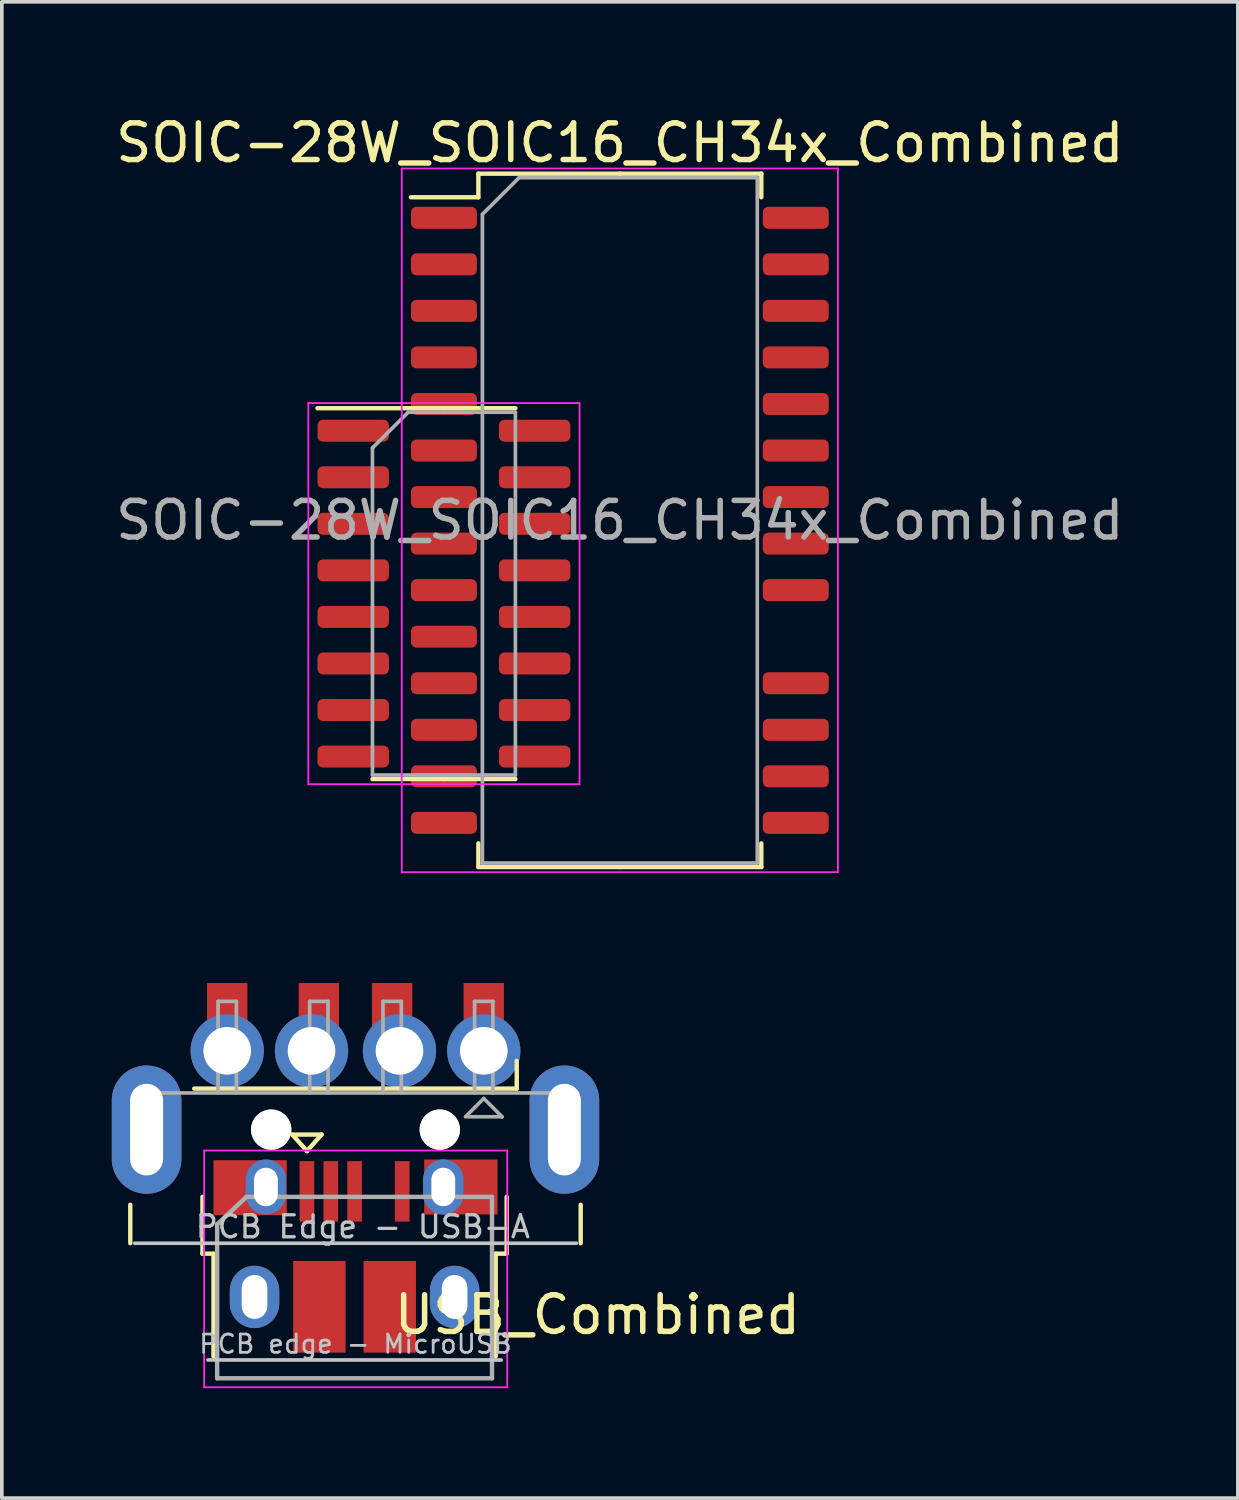
<source format=kicad_pcb>
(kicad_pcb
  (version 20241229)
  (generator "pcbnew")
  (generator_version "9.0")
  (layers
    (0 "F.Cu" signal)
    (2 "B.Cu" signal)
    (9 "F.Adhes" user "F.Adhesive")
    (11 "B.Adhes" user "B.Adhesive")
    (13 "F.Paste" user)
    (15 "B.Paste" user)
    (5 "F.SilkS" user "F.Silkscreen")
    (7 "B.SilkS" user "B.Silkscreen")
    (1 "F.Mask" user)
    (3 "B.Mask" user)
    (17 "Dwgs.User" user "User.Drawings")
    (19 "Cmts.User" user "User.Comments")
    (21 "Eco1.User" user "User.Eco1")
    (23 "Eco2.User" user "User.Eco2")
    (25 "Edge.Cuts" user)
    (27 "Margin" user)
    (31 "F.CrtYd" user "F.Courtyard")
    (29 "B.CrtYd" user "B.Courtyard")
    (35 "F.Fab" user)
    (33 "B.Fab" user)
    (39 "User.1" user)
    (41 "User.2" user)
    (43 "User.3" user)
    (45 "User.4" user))
  (footprint "SOIC-28W_SOIC16_CH34x_Combined"
    (layer "F.Cu")
    (at 13.863 11.148)
    (property "Reference" "SOIC-28W_SOIC16_CH34x_Combined" (at 0 -10.3 0) (layer "F.SilkS") (effects (font (size 1 1) (thickness 0.15))))
    (attr smd)
    (fp_line (start -4.8 -3.06) (end -8.25 -3.06) (stroke (width 0.12) (type solid)) (layer "F.SilkS"))
    (fp_line (start -4.8 -3.06) (end -2.85 -3.06) (stroke (width 0.12) (type solid)) (layer "F.SilkS"))
    (fp_line (start -4.8 7.06) (end -6.75 7.06) (stroke (width 0.12) (type solid)) (layer "F.SilkS"))
    (fp_line (start -4.8 7.06) (end -2.85 7.06) (stroke (width 0.12) (type solid)) (layer "F.SilkS"))
    (fp_line (start -3.86 -9.46) (end -3.86 -8.815) (stroke (width 0.12) (type solid)) (layer "F.SilkS"))
    (fp_line (start -3.86 -8.815) (end -5.7 -8.815) (stroke (width 0.12) (type solid)) (layer "F.SilkS"))
    (fp_line (start -3.86 9.46) (end -3.86 8.815) (stroke (width 0.12) (type solid)) (layer "F.SilkS"))
    (fp_line (start 0 -9.46) (end -3.86 -9.46) (stroke (width 0.12) (type solid)) (layer "F.SilkS"))
    (fp_line (start 0 -9.46) (end 3.86 -9.46) (stroke (width 0.12) (type solid)) (layer "F.SilkS"))
    (fp_line (start 0 9.46) (end -3.86 9.46) (stroke (width 0.12) (type solid)) (layer "F.SilkS"))
    (fp_line (start 0 9.46) (end 3.86 9.46) (stroke (width 0.12) (type solid)) (layer "F.SilkS"))
    (fp_line (start 3.86 -9.46) (end 3.86 -8.815) (stroke (width 0.12) (type solid)) (layer "F.SilkS"))
    (fp_line (start 3.86 9.46) (end 3.86 8.815) (stroke (width 0.12) (type solid)) (layer "F.SilkS"))
    (fp_line (start -8.5 -3.2) (end -8.5 7.2) (stroke (width 0.05) (type solid)) (layer "F.CrtYd"))
    (fp_line (start -8.5 7.2) (end -1.1 7.2) (stroke (width 0.05) (type solid)) (layer "F.CrtYd"))
    (fp_line (start -5.95 -9.6) (end -5.95 9.6) (stroke (width 0.05) (type solid)) (layer "F.CrtYd"))
    (fp_line (start -5.95 9.6) (end 5.95 9.6) (stroke (width 0.05) (type solid)) (layer "F.CrtYd"))
    (fp_line (start -1.1 -3.2) (end -8.5 -3.2) (stroke (width 0.05) (type solid)) (layer "F.CrtYd"))
    (fp_line (start -1.1 7.2) (end -1.1 -3.2) (stroke (width 0.05) (type solid)) (layer "F.CrtYd"))
    (fp_line (start 5.95 -9.6) (end -5.95 -9.6) (stroke (width 0.05) (type solid)) (layer "F.CrtYd"))
    (fp_line (start 5.95 9.6) (end 5.95 -9.6) (stroke (width 0.05) (type solid)) (layer "F.CrtYd"))
    (fp_line (start -6.75 -1.975) (end -5.775 -2.95) (stroke (width 0.1) (type solid)) (layer "F.Fab"))
    (fp_line (start -6.75 6.95) (end -6.75 -1.975) (stroke (width 0.1) (type solid)) (layer "F.Fab"))
    (fp_line (start -5.775 -2.95) (end -2.85 -2.95) (stroke (width 0.1) (type solid)) (layer "F.Fab"))
    (fp_line (start -3.75 -8.35) (end -2.75 -9.35) (stroke (width 0.1) (type solid)) (layer "F.Fab"))
    (fp_line (start -3.75 9.35) (end -3.75 -8.35) (stroke (width 0.1) (type solid)) (layer "F.Fab"))
    (fp_line (start -2.85 -2.95) (end -2.85 6.95) (stroke (width 0.1) (type solid)) (layer "F.Fab"))
    (fp_line (start -2.85 6.95) (end -6.75 6.95) (stroke (width 0.1) (type solid)) (layer "F.Fab"))
    (fp_line (start -2.75 -9.35) (end 3.75 -9.35) (stroke (width 0.1) (type solid)) (layer "F.Fab"))
    (fp_line (start 3.75 -9.35) (end 3.75 9.35) (stroke (width 0.1) (type solid)) (layer "F.Fab"))
    (fp_line (start 3.75 9.35) (end -3.75 9.35) (stroke (width 0.1) (type solid)) (layer "F.Fab"))
    (fp_text user "${REFERENCE}" (at 0 0 0) (layer "F.Fab") (effects (font (size 1 1) (thickness 0.15))))
    (pad "" smd roundrect (at -2.325 -1.175) (size 1.95 0.6) (layers "F.Cu" "F.Mask" "F.Paste") (roundrect_rratio 0.25))
    (pad "" smd roundrect (at -2.325 2.635) (size 1.95 0.6) (layers "F.Cu" "F.Mask" "F.Paste") (roundrect_rratio 0.25))
    (pad "" smd roundrect (at -2.325 3.905) (size 1.95 0.6) (layers "F.Cu" "F.Mask" "F.Paste") (roundrect_rratio 0.25))
    (pad "" smd roundrect (at -2.325 5.175) (size 1.95 0.6) (layers "F.Cu" "F.Mask" "F.Paste") (roundrect_rratio 0.25))
    (pad "" smd roundrect (at -2.325 6.445) (size 1.95 0.6) (layers "F.Cu" "F.Mask" "F.Paste") (roundrect_rratio 0.25))
    (pad "1" smd roundrect (at -4.8 -8.255) (size 1.8 0.6) (layers "F.Cu" "F.Mask" "F.Paste") (roundrect_rratio 0.25))
    (pad "2" smd roundrect (at -4.8 -6.985) (size 1.8 0.6) (layers "F.Cu" "F.Mask" "F.Paste") (roundrect_rratio 0.25))
    (pad "3" smd roundrect (at -4.8 -5.715) (size 1.8 0.6) (layers "F.Cu" "F.Mask" "F.Paste") (roundrect_rratio 0.25))
    (pad "4" smd roundrect (at -4.8 -4.445) (size 1.8 0.6) (layers "F.Cu" "F.Mask" "F.Paste") (roundrect_rratio 0.25))
    (pad "5" smd roundrect (at -7.275 -1.175) (size 1.95 0.6) (layers "F.Cu" "F.Mask" "F.Paste") (roundrect_rratio 0.25))
    (pad "5" smd roundrect (at -4.8 -3.175) (size 1.8 0.6) (layers "F.Cu" "F.Mask" "F.Paste") (roundrect_rratio 0.25))
    (pad "6" smd roundrect (at -7.275 0.095) (size 1.95 0.6) (layers "F.Cu" "F.Mask" "F.Paste") (roundrect_rratio 0.25))
    (pad "6" smd roundrect (at -4.8 -1.905) (size 1.8 0.6) (layers "F.Cu" "F.Mask" "F.Paste") (roundrect_rratio 0.25))
    (pad "7" smd roundrect (at -4.8 -0.635) (size 1.8 0.6) (layers "F.Cu" "F.Mask" "F.Paste") (roundrect_rratio 0.25))
    (pad "8" smd roundrect (at -4.8 0.635) (size 1.8 0.6) (layers "F.Cu" "F.Mask" "F.Paste") (roundrect_rratio 0.25))
    (pad "9" smd roundrect (at -7.275 1.365) (size 1.95 0.6) (layers "F.Cu" "F.Mask" "F.Paste") (roundrect_rratio 0.25))
    (pad "9" smd roundrect (at -4.8 1.905) (size 1.8 0.6) (layers "F.Cu" "F.Mask" "F.Paste") (roundrect_rratio 0.25))
    (pad "10" smd roundrect (at -7.275 2.635) (size 1.95 0.6) (layers "F.Cu" "F.Mask" "F.Paste") (roundrect_rratio 0.25))
    (pad "10" smd roundrect (at -4.8 3.175) (size 1.8 0.6) (layers "F.Cu" "F.Mask" "F.Paste") (roundrect_rratio 0.25))
    (pad "11" smd roundrect (at -7.275 3.905) (size 1.95 0.6) (layers "F.Cu" "F.Mask" "F.Paste") (roundrect_rratio 0.25))
    (pad "11" smd roundrect (at -4.8 4.445) (size 1.8 0.6) (layers "F.Cu" "F.Mask" "F.Paste") (roundrect_rratio 0.25))
    (pad "12" smd roundrect (at -7.275 -2.445) (size 1.95 0.6) (layers "F.Cu" "F.Mask" "F.Paste") (roundrect_rratio 0.25))
    (pad "12" smd roundrect (at -4.8 5.715) (size 1.8 0.6) (layers "F.Cu" "F.Mask" "F.Paste") (roundrect_rratio 0.25))
    (pad "13" smd roundrect (at -7.275 5.175) (size 1.95 0.6) (layers "F.Cu" "F.Mask" "F.Paste") (roundrect_rratio 0.25))
    (pad "13" smd roundrect (at -4.8 6.985) (size 1.8 0.6) (layers "F.Cu" "F.Mask" "F.Paste") (roundrect_rratio 0.25))
    (pad "14" smd roundrect (at -7.275 6.445) (size 1.95 0.6) (layers "F.Cu" "F.Mask" "F.Paste") (roundrect_rratio 0.25))
    (pad "14" smd roundrect (at -4.8 8.255) (size 1.8 0.6) (layers "F.Cu" "F.Mask" "F.Paste") (roundrect_rratio 0.25))
    (pad "15" smd roundrect (at 4.8 8.255) (size 1.8 0.6) (layers "F.Cu" "F.Mask" "F.Paste") (roundrect_rratio 0.25))
    (pad "16" smd roundrect (at 4.8 6.985) (size 1.8 0.6) (layers "F.Cu" "F.Mask" "F.Paste") (roundrect_rratio 0.25))
    (pad "17" smd roundrect (at 4.8 5.715) (size 1.8 0.6) (layers "F.Cu" "F.Mask" "F.Paste") (roundrect_rratio 0.25))
    (pad "18" smd roundrect (at 4.8 4.445) (size 1.8 0.6) (layers "F.Cu" "F.Mask" "F.Paste") (roundrect_rratio 0.25))
    (pad "20" smd roundrect (at -2.325 1.365) (size 1.95 0.6) (layers "F.Cu" "F.Mask" "F.Paste") (roundrect_rratio 0.25))
    (pad "20" smd roundrect (at 4.8 1.905) (size 1.8 0.6) (layers "F.Cu" "F.Mask" "F.Paste") (roundrect_rratio 0.25))
    (pad "21" smd roundrect (at -2.325 0.095) (size 1.95 0.6) (layers "F.Cu" "F.Mask" "F.Paste") (roundrect_rratio 0.25))
    (pad "21" smd roundrect (at 4.8 0.635) (size 1.8 0.6) (layers "F.Cu" "F.Mask" "F.Paste") (roundrect_rratio 0.25))
    (pad "22" smd roundrect (at 4.8 -0.635) (size 1.8 0.6) (layers "F.Cu" "F.Mask" "F.Paste") (roundrect_rratio 0.25))
    (pad "23" smd roundrect (at 4.8 -1.905) (size 1.8 0.6) (layers "F.Cu" "F.Mask" "F.Paste") (roundrect_rratio 0.25))
    (pad "24" smd roundrect (at 4.8 -3.175) (size 1.8 0.6) (layers "F.Cu" "F.Mask" "F.Paste") (roundrect_rratio 0.25))
    (pad "25" smd roundrect (at 4.8 -4.445) (size 1.8 0.6) (layers "F.Cu" "F.Mask" "F.Paste") (roundrect_rratio 0.25))
    (pad "26" smd roundrect (at 4.8 -5.715) (size 1.8 0.6) (layers "F.Cu" "F.Mask" "F.Paste") (roundrect_rratio 0.25))
    (pad "27" smd roundrect (at 4.8 -6.985) (size 1.8 0.6) (layers "F.Cu" "F.Mask" "F.Paste") (roundrect_rratio 0.25))
    (pad "28" smd roundrect (at -2.325 -2.445) (size 1.95 0.6) (layers "F.Cu" "F.Mask" "F.Paste") (roundrect_rratio 0.25))
    (pad "28" smd roundrect (at 4.8 -8.255) (size 1.8 0.6) (layers "F.Cu" "F.Mask" "F.Paste") (roundrect_rratio 0.25)))
  (footprint "USB_Combined"
    (layer "F.Cu")
    (at 6.65 31.223)
    (property "Reference" "USB_Combined" (at 6.6 1.6 180) (layer "F.SilkS") (effects (font (size 1 1) (thickness 0.15))))
    (attr smd)
    (fp_line (start -6.145 -1.4) (end -6.145 -0.35) (stroke (width 0.12) (type solid)) (layer "F.SilkS"))
    (fp_line (start -4.175 -0.065) (end -4.175 -1.615) (stroke (width 0.12) (type solid)) (layer "F.SilkS"))
    (fp_line (start -4.175 -0.065) (end -3.875 -0.065) (stroke (width 0.12) (type solid)) (layer "F.SilkS"))
    (fp_line (start -3.875 2.735) (end -3.875 -0.065) (stroke (width 0.12) (type solid)) (layer "F.SilkS"))
    (fp_line (start -1.725 -3.315) (end -0.925 -3.315) (stroke (width 0.12) (type solid)) (layer "F.SilkS"))
    (fp_line (start -1.325 -2.865) (end -1.725 -3.315) (stroke (width 0.12) (type solid)) (layer "F.SilkS"))
    (fp_line (start -0.925 -3.315) (end -1.325 -2.865) (stroke (width 0.12) (type solid)) (layer "F.SilkS"))
    (fp_line (start 3.825 -0.065) (end 4.125 -0.065) (stroke (width 0.12) (type solid)) (layer "F.SilkS"))
    (fp_line (start 3.825 2.735) (end 3.825 -0.065) (stroke (width 0.12) (type solid)) (layer "F.SilkS"))
    (fp_line (start 4.125 -0.065) (end 4.125 -1.615) (stroke (width 0.12) (type solid)) (layer "F.SilkS"))
    (fp_line (start 4.4 -4.57) (end -4.4 -4.57) (stroke (width 0.12) (type solid)) (layer "F.SilkS"))
    (fp_line (start 4.4 -4.57) (end 4.4 -5.325) (stroke (width 0.12) (type solid)) (layer "F.SilkS"))
    (fp_line (start 6.145 -1.4) (end 6.145 -0.35) (stroke (width 0.12) (type solid)) (layer "F.SilkS"))
    (fp_line (start -6.025 -0.35) (end 6.025 -0.35) (stroke (width 0.1) (type solid)) (layer "Dwgs.User"))
    (fp_line (start -4.025 2.835) (end 3.975 2.835) (stroke (width 0.1) (type solid)) (layer "Dwgs.User"))
    (fp_line (start -4.13 -2.88) (end -4.13 3.58) (stroke (width 0.05) (type solid)) (layer "F.CrtYd"))
    (fp_line (start -4.13 -2.88) (end 4.14 -2.88) (stroke (width 0.05) (type solid)) (layer "F.CrtYd"))
    (fp_line (start 4.14 3.58) (end -4.13 3.58) (stroke (width 0.05) (type solid)) (layer "F.CrtYd"))
    (fp_line (start 4.14 3.58) (end 4.14 -2.88) (stroke (width 0.05) (type solid)) (layer "F.CrtYd"))
    (fp_line (start -6.025 -4.45) (end 6.025 -4.45) (stroke (width 0.1) (type solid)) (layer "F.Fab"))
    (fp_line (start -3.775 -0.865) (end -2.975 -1.615) (stroke (width 0.12) (type solid)) (layer "F.Fab"))
    (fp_line (start -3.775 3.335) (end -3.775 -0.865) (stroke (width 0.12) (type solid)) (layer "F.Fab"))
    (fp_line (start -3.75 -6.95) (end -3.75 -4.45) (stroke (width 0.1) (type solid)) (layer "F.Fab"))
    (fp_line (start -3.75 -6.95) (end -3.25 -6.95) (stroke (width 0.1) (type solid)) (layer "F.Fab"))
    (fp_line (start -3.25 -6.95) (end -3.25 -4.45) (stroke (width 0.1) (type solid)) (layer "F.Fab"))
    (fp_line (start -2.975 -1.615) (end 3.725 -1.615) (stroke (width 0.12) (type solid)) (layer "F.Fab"))
    (fp_line (start -1.25 -6.95) (end -1.25 -4.45) (stroke (width 0.1) (type solid)) (layer "F.Fab"))
    (fp_line (start -1.25 -6.95) (end -0.75 -6.95) (stroke (width 0.1) (type solid)) (layer "F.Fab"))
    (fp_line (start -0.75 -6.95) (end -0.75 -4.45) (stroke (width 0.1) (type solid)) (layer "F.Fab"))
    (fp_line (start 0.75 -6.95) (end 0.75 -4.45) (stroke (width 0.1) (type solid)) (layer "F.Fab"))
    (fp_line (start 0.75 -6.95) (end 1.25 -6.95) (stroke (width 0.1) (type solid)) (layer "F.Fab"))
    (fp_line (start 1.25 -6.95) (end 1.25 -4.45) (stroke (width 0.1) (type solid)) (layer "F.Fab"))
    (fp_line (start 3.25 -6.95) (end 3.25 -4.45) (stroke (width 0.1) (type solid)) (layer "F.Fab"))
    (fp_line (start 3.25 -6.95) (end 3.75 -6.95) (stroke (width 0.1) (type solid)) (layer "F.Fab"))
    (fp_line (start 3.5 -4.3) (end 3 -3.8) (stroke (width 0.1) (type solid)) (layer "F.Fab"))
    (fp_line (start 3.5 -4.3) (end 4 -3.8) (stroke (width 0.1) (type solid)) (layer "F.Fab"))
    (fp_line (start 3.725 -1.615) (end 3.725 3.335) (stroke (width 0.12) (type solid)) (layer "F.Fab"))
    (fp_line (start 3.725 3.335) (end -3.775 3.335) (stroke (width 0.12) (type solid)) (layer "F.Fab"))
    (fp_line (start 3.75 -6.95) (end 3.75 -4.45) (stroke (width 0.1) (type solid)) (layer "F.Fab"))
    (fp_line (start 4 -3.8) (end 3.05 -3.8) (stroke (width 0.1) (type solid)) (layer "F.Fab"))
    (fp_circle (center -2.3 -3.45) (end -2.8 -3.45) (stroke (width 0.1) (type solid)) (fill no) (layer "F.Fab"))
    (fp_circle (center 2.3 -3.45) (end 2.8 -3.45) (stroke (width 0.1) (type solid)) (fill no) (layer "F.Fab"))
    (fp_text user "PCB Edge - USB-A" (at 0.2 -0.8 0) (layer "Dwgs.User") (effects (font (size 0.6 0.6) (thickness 0.09))))
    (fp_text user "PCB edge - MicroUSB" (at 0 2.4 180) (layer "Dwgs.User") (effects (font (size 0.5 0.5) (thickness 0.075))))
    (pad "" np_thru_hole circle (at -2.3 -3.45 270) (size 1.1 1.1) (drill 1.1) (layers "*.Cu" "*.Mask"))
    (pad "" np_thru_hole circle (at 2.3 -3.45 270) (size 1.1 1.1) (drill 1.1) (layers "*.Cu" "*.Mask"))
    (pad "1" smd rect (at -1.325 -1.765 90) (size 1.65 0.4) (layers "F.Cu" "F.Mask" "F.Paste"))
    (pad "1" smd rect (at 3.5 -6.2 270) (size 2.5 1.1) (layers "F.Cu" "F.Mask" "F.Paste"))
    (pad "1" thru_hole circle (at 3.5 -5.6) (size 2 2) (drill 1.3) (layers "*.Cu" "*.Mask"))
    (pad "2" smd rect (at -0.675 -1.765 90) (size 1.65 0.4) (layers "F.Cu" "F.Mask" "F.Paste"))
    (pad "2" smd rect (at 1 -6.2 270) (size 2.5 1.1) (layers "F.Cu" "F.Mask" "F.Paste"))
    (pad "2" thru_hole circle (at 1.2 -5.6) (size 2 2) (drill 1.3) (layers "*.Cu" "*.Mask"))
    (pad "3" thru_hole circle (at -1.2 -5.6) (size 2 2) (drill 1.3) (layers "*.Cu" "*.Mask"))
    (pad "3" smd rect (at -1 -6.2 270) (size 2.5 1.1) (layers "F.Cu" "F.Mask" "F.Paste"))
    (pad "3" smd rect (at -0.025 -1.765 90) (size 1.65 0.4) (layers "F.Cu" "F.Mask" "F.Paste"))
    (pad "4" smd rect (at -3.5 -6.2 270) (size 2.5 1.1) (layers "F.Cu" "F.Mask" "F.Paste"))
    (pad "4" thru_hole circle (at -3.5 -5.6) (size 2 2) (drill 1.3) (layers "*.Cu" "*.Mask"))
    (pad "4" smd rect (at 1.275 -1.765 90) (size 1.65 0.4) (layers "F.Cu" "F.Mask" "F.Paste"))
    (pad "5" thru_hole oval (at -5.7 -3.45 270) (size 3.5 1.9) (drill oval 2.5 0.9) (layers "*.Cu" "*.Mask"))
    (pad "5" smd rect (at -2.875 -1.865) (size 2 1.5) (layers "F.Cu" "F.Mask" "F.Paste"))
    (pad "5" thru_hole oval (at -2.755 1.115 90) (size 1.7 1.35) (drill oval 1.2 0.7) (layers "*.Cu" "*.Mask"))
    (pad "5" thru_hole oval (at -2.445 -1.885 90) (size 1.5 1.1) (drill oval 1.05 0.65) (layers "*.Cu" "*.Mask"))
    (pad "5" smd rect (at -0.985 1.385 90) (size 2.5 1.43) (layers "F.Cu" "F.Mask" "F.Paste"))
    (pad "5" smd rect (at 0.935 1.385 90) (size 2.5 1.43) (layers "F.Cu" "F.Mask" "F.Paste"))
    (pad "5" thru_hole oval (at 2.395 -1.885 90) (size 1.5 1.1) (drill oval 1.05 0.65) (layers "*.Cu" "*.Mask"))
    (pad "5" thru_hole oval (at 2.705 1.115 90) (size 1.7 1.35) (drill oval 1.2 0.7) (layers "*.Cu" "*.Mask"))
    (pad "5" smd rect (at 2.875 -1.885) (size 2 1.5) (layers "F.Cu" "F.Mask" "F.Paste"))
    (pad "5" thru_hole oval (at 5.7 -3.45 270) (size 3.5 1.9) (drill oval 2.5 0.9) (layers "*.Cu" "*.Mask")))
  (gr_rect
    (start -3 -3)
    (end 30.726 37.828)
    (stroke (width 0.1) (type default))
    (fill no)
    (layer "Edge.Cuts")))
</source>
